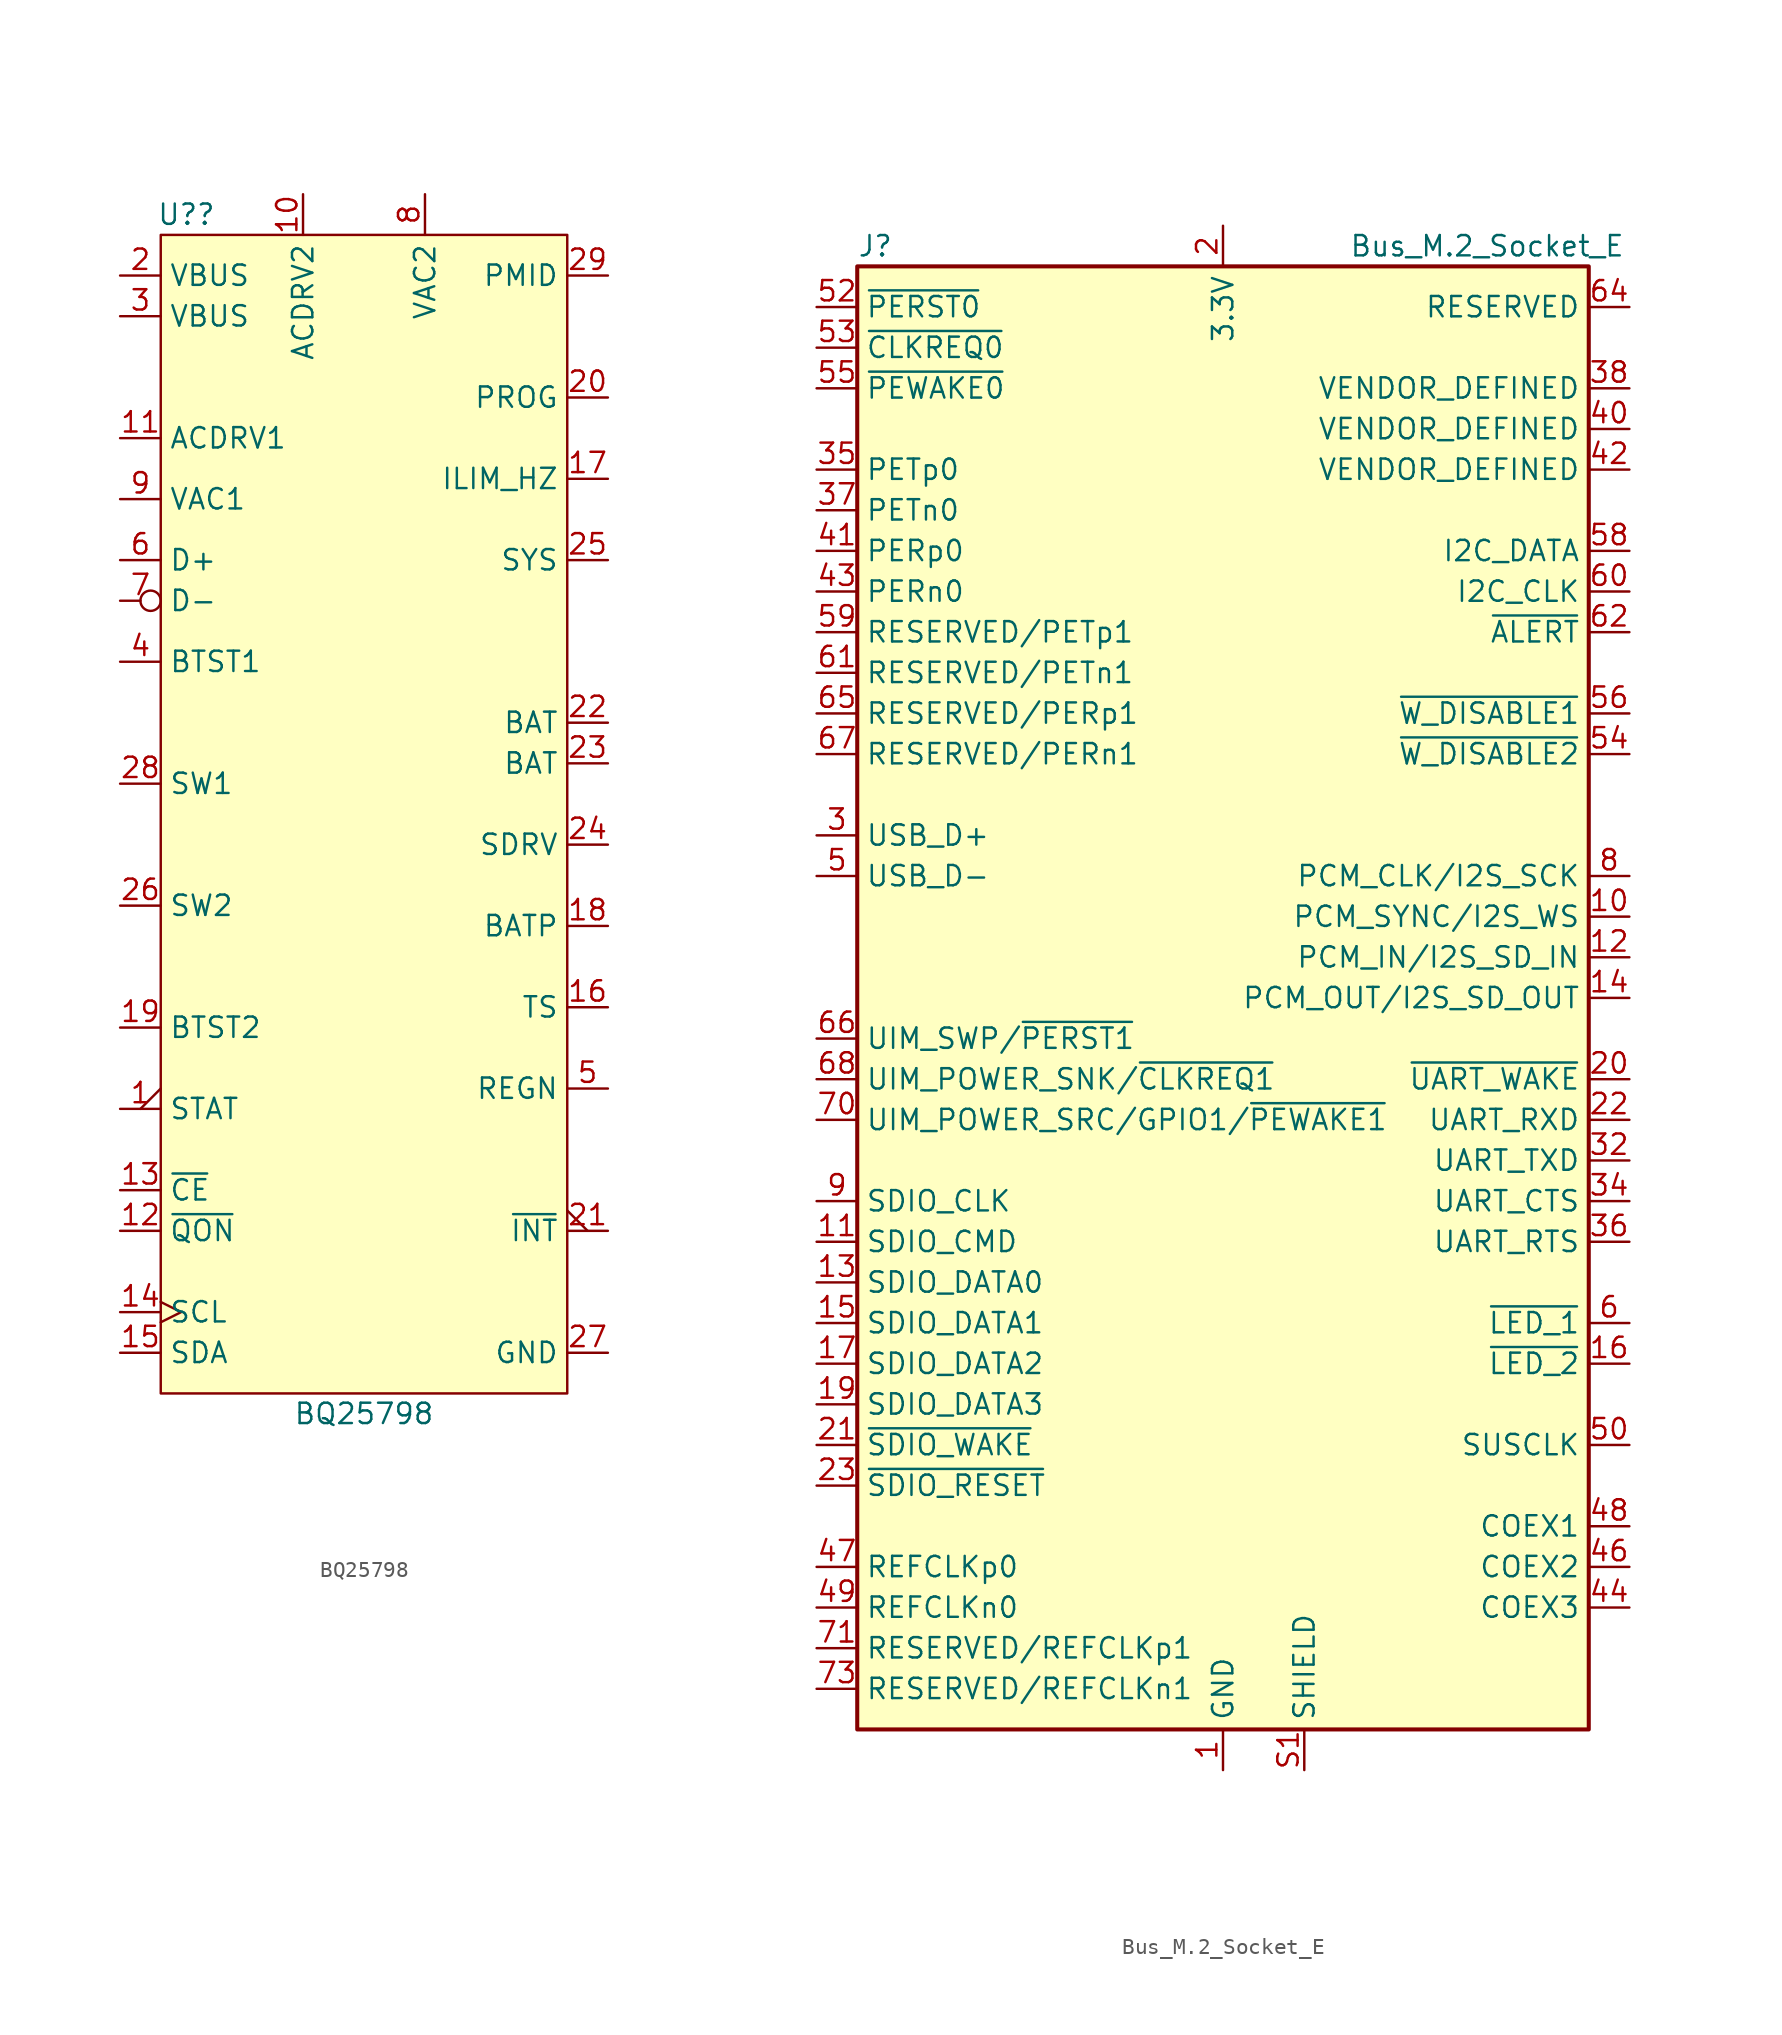
<source format=kicad_sym>
(kicad_symbol_lib
  (version 20241209)
  (generator "kicad_symbol_editor")
  (generator_version "9.0")
  (symbol "BQ25798"
    (property "Reference" "U?"
      (at -12.954 35.56 0)
      (do_not_autoplace)
      (effects (font (size 1.27 1.27)) (justify left)))
    (property "Value" "BQ25798"
      (at 0 -39.37 0)
      (effects (font (size 1.27 1.27))))
    (symbol "BQ25798_0_0"
      (pin power_in line (at -15.24 31.75 0) (length 2.54) (name "VBUS" (effects (font (size 1.27 1.27)))) (number "2" (effects (font (size 1.27 1.27)))))
      (pin power_in line (at -15.24 17.78 0) (length 2.54) (name "VAC1" (effects (font (size 1.27 1.27)))) (number "9" (effects (font (size 1.27 1.27)))))
      (pin bidirectional line (at -15.24 13.97 0) (length 2.54) (name "D+" (effects (font (size 1.27 1.27)))) (number "6" (effects (font (size 1.27 1.27)))))
      (pin bidirectional inverted (at -15.24 11.43 0) (length 2.54) (name "D-" (effects (font (size 1.27 1.27)))) (number "7" (effects (font (size 1.27 1.27)))))
      (pin passive line (at -15.24 0 0) (length 2.54) (name "SW1" (effects (font (size 1.27 1.27)))) (number "28" (effects (font (size 1.27 1.27)))))
      (pin passive line (at -15.24 -7.62 0) (length 2.54) (name "SW2" (effects (font (size 1.27 1.27)))) (number "26" (effects (font (size 1.27 1.27)))))
      (pin power_out line (at -15.24 -15.24 0) (length 2.54) (name "BTST2" (effects (font (size 1.27 1.27)))) (number "19" (effects (font (size 1.27 1.27)))))
      (pin open_emitter output_low (at -15.24 -20.32 0) (length 2.54) (name "STAT" (effects (font (size 1.27 1.27)))) (number "1" (effects (font (size 1.27 1.27)))))
      (pin input line (at -15.24 -25.4 0) (length 2.54) (name "~{CE}" (effects (font (size 1.27 1.27)))) (number "13" (effects (font (size 1.27 1.27)))))
      (pin input line (at -15.24 -27.94 0) (length 2.54) (name "~{QON}" (effects (font (size 1.27 1.27)))) (number "12" (effects (font (size 1.27 1.27)))))
      (pin input clock (at -15.24 -33.02 0) (length 2.54) (name "SCL" (effects (font (size 1.27 1.27)))) (number "14" (effects (font (size 1.27 1.27)))))
      (pin bidirectional line (at -15.24 -35.56 0) (length 2.54) (name "SDA" (effects (font (size 1.27 1.27)))) (number "15" (effects (font (size 1.27 1.27)))))
      (pin power_in line (at 3.81 36.83 270) (length 2.54) (name "VAC2" (effects (font (size 1.27 1.27)))) (number "8" (effects (font (size 1.27 1.27)))))
      (pin open_collector line (at 15.24 31.75 180) (length 2.54) (name "PMID" (effects (font (size 1.27 1.27)))) (number "29" (effects (font (size 1.27 1.27)))))
      (pin passive line (at 15.24 24.13 180) (length 2.54) (name "PROG" (effects (font (size 1.27 1.27)))) (number "20" (effects (font (size 1.27 1.27)))))
      (pin passive line (at 15.24 19.05 180) (length 2.54) (name "ILIM_HZ" (effects (font (size 1.27 1.27)))) (number "17" (effects (font (size 1.27 1.27)))))
      (pin power_out line (at 15.24 3.81 180) (length 2.54) (name "BAT" (effects (font (size 1.27 1.27)))) (number "22" (effects (font (size 1.27 1.27)))))
      (pin power_out line (at 15.24 -3.81 180) (length 2.54) (name "SDRV" (effects (font (size 1.27 1.27)))) (number "24" (effects (font (size 1.27 1.27)))))
      (pin input line (at 15.24 -8.89 180) (length 2.54) (name "BATP" (effects (font (size 1.27 1.27)))) (number "18" (effects (font (size 1.27 1.27)))))
      (pin input line (at 15.24 -13.97 180) (length 2.54) (name "TS" (effects (font (size 1.27 1.27)))) (number "16" (effects (font (size 1.27 1.27)))))
      (pin power_out line (at 15.24 -19.05 180) (length 2.54) (name "REGN" (effects (font (size 1.27 1.27)))) (number "5" (effects (font (size 1.27 1.27)))))
      (pin output output_low (at 15.24 -27.94 180) (length 2.54) (name "~{INT}" (effects (font (size 1.27 1.27)))) (number "21" (effects (font (size 1.27 1.27))))))
    (symbol "BQ25798_1_0"
      (pin power_in line (at -15.24 29.21 0) (length 2.54) (name "VBUS" (effects (font (size 1.27 1.27)))) (number "3" (effects (font (size 1.27 1.27)))))
      (pin power_out line (at -15.24 21.59 0) (length 2.54) (name "ACDRV1" (effects (font (size 1.27 1.27)))) (number "11" (effects (font (size 1.27 1.27)))))
      (pin power_out line (at -15.24 7.62 0) (length 2.54) (name "BTST1" (effects (font (size 1.27 1.27)))) (number "4" (effects (font (size 1.27 1.27)))))
      (pin passive line (at -3.81 36.83 270) (length 2.54) (name "ACDRV2" (effects (font (size 1.27 1.27)))) (number "10" (effects (font (size 1.27 1.27)))))
      (pin power_out line (at 15.24 13.97 180) (length 2.54) (name "SYS" (effects (font (size 1.27 1.27)))) (number "25" (effects (font (size 1.27 1.27)))))
      (pin passive line (at 15.24 1.27 180) (length 2.54) (name "BAT" (effects (font (size 1.27 1.27)))) (number "23" (effects (font (size 1.27 1.27)))))
      (pin power_in line (at 15.24 -35.56 180) (length 2.54) (name "GND" (effects (font (size 1.27 1.27)))) (number "27" (effects (font (size 1.27 1.27))))))
    (symbol "BQ25798_1_1"
      (rectangle (start -12.7 34.29) (end 12.7 -38.1) (stroke (width 0) (type default)) (fill (type background)))))
  (symbol "Bus_M.2_Socket_E"
    (property "Reference" "J"
      (at -22.86 46.99 0)
      (effects (font (size 1.27 1.27)) (justify left)))
    (property "Value" "Bus_M.2_Socket_E"
      (at 16.51 46.99 0)
      (effects (font (size 1.27 1.27))))
    (symbol "Bus_M.2_Socket_E_0_1"
      (rectangle (start -22.86 45.72) (end 22.86 -45.72) (stroke (width 0.254) (type default)) (fill (type background))))
    (symbol "Bus_M.2_Socket_E_1_1"
      (pin output line (at -25.4 43.18 0) (length 2.54) (name "~{PERST0}" (effects (font (size 1.27 1.27)))) (number "52" (effects (font (size 1.27 1.27)))))
      (pin bidirectional line (at -25.4 40.64 0) (length 2.54) (name "~{CLKREQ0}" (effects (font (size 1.27 1.27)))) (number "53" (effects (font (size 1.27 1.27)))))
      (pin bidirectional line (at -25.4 38.1 0) (length 2.54) (name "~{PEWAKE0}" (effects (font (size 1.27 1.27)))) (number "55" (effects (font (size 1.27 1.27)))))
      (pin output line (at -25.4 33.02 0) (length 2.54) (name "PETp0" (effects (font (size 1.27 1.27)))) (number "35" (effects (font (size 1.27 1.27)))))
      (pin output line (at -25.4 30.48 0) (length 2.54) (name "PETn0" (effects (font (size 1.27 1.27)))) (number "37" (effects (font (size 1.27 1.27)))))
      (pin input line (at -25.4 27.94 0) (length 2.54) (name "PERp0" (effects (font (size 1.27 1.27)))) (number "41" (effects (font (size 1.27 1.27)))))
      (pin input line (at -25.4 25.4 0) (length 2.54) (name "PERn0" (effects (font (size 1.27 1.27)))) (number "43" (effects (font (size 1.27 1.27)))))
      (pin output line (at -25.4 22.86 0) (length 2.54) (name "RESERVED/PETp1" (effects (font (size 1.27 1.27)))) (number "59" (effects (font (size 1.27 1.27)))))
      (pin output line (at -25.4 20.32 0) (length 2.54) (name "RESERVED/PETn1" (effects (font (size 1.27 1.27)))) (number "61" (effects (font (size 1.27 1.27)))))
      (pin input line (at -25.4 17.78 0) (length 2.54) (name "RESERVED/PERp1" (effects (font (size 1.27 1.27)))) (number "65" (effects (font (size 1.27 1.27)))))
      (pin input line (at -25.4 15.24 0) (length 2.54) (name "RESERVED/PERn1" (effects (font (size 1.27 1.27)))) (number "67" (effects (font (size 1.27 1.27)))))
      (pin bidirectional line (at -25.4 10.16 0) (length 2.54) (name "USB_D+" (effects (font (size 1.27 1.27)))) (number "3" (effects (font (size 1.27 1.27)))))
      (pin bidirectional line (at -25.4 7.62 0) (length 2.54) (name "USB_D-" (effects (font (size 1.27 1.27)))) (number "5" (effects (font (size 1.27 1.27)))))
      (pin output line (at -25.4 -2.54 0) (length 2.54) (name "UIM_SWP/~{PERST1}" (effects (font (size 1.27 1.27)))) (number "66" (effects (font (size 1.27 1.27)))))
      (pin bidirectional line (at -25.4 -5.08 0) (length 2.54) (name "UIM_POWER_SNK/~{CLKREQ1}" (effects (font (size 1.27 1.27)))) (number "68" (effects (font (size 1.27 1.27)))))
      (pin bidirectional line (at -25.4 -7.62 0) (length 2.54) (name "UIM_POWER_SRC/GPIO1/~{PEWAKE1}" (effects (font (size 1.27 1.27)))) (number "70" (effects (font (size 1.27 1.27)))))
      (pin output line (at -25.4 -12.7 0) (length 2.54) (name "SDIO_CLK" (effects (font (size 1.27 1.27)))) (number "9" (effects (font (size 1.27 1.27)))))
      (pin bidirectional line (at -25.4 -15.24 0) (length 2.54) (name "SDIO_CMD" (effects (font (size 1.27 1.27)))) (number "11" (effects (font (size 1.27 1.27)))))
      (pin bidirectional line (at -25.4 -17.78 0) (length 2.54) (name "SDIO_DATA0" (effects (font (size 1.27 1.27)))) (number "13" (effects (font (size 1.27 1.27)))))
      (pin bidirectional line (at -25.4 -20.32 0) (length 2.54) (name "SDIO_DATA1" (effects (font (size 1.27 1.27)))) (number "15" (effects (font (size 1.27 1.27)))))
      (pin bidirectional line (at -25.4 -22.86 0) (length 2.54) (name "SDIO_DATA2" (effects (font (size 1.27 1.27)))) (number "17" (effects (font (size 1.27 1.27)))))
      (pin bidirectional line (at -25.4 -25.4 0) (length 2.54) (name "SDIO_DATA3" (effects (font (size 1.27 1.27)))) (number "19" (effects (font (size 1.27 1.27)))))
      (pin input line (at -25.4 -27.94 0) (length 2.54) (name "~{SDIO_WAKE}" (effects (font (size 1.27 1.27)))) (number "21" (effects (font (size 1.27 1.27)))))
      (pin output line (at -25.4 -30.48 0) (length 2.54) (name "~{SDIO_RESET}" (effects (font (size 1.27 1.27)))) (number "23" (effects (font (size 1.27 1.27)))))
      (pin output line (at -25.4 -35.56 0) (length 2.54) (name "REFCLKp0" (effects (font (size 1.27 1.27)))) (number "47" (effects (font (size 1.27 1.27)))))
      (pin output line (at -25.4 -38.1 0) (length 2.54) (name "REFCLKn0" (effects (font (size 1.27 1.27)))) (number "49" (effects (font (size 1.27 1.27)))))
      (pin output line (at -25.4 -40.64 0) (length 2.54) (name "RESERVED/REFCLKp1" (effects (font (size 1.27 1.27)))) (number "71" (effects (font (size 1.27 1.27)))))
      (pin output line (at -25.4 -43.18 0) (length 2.54) (name "RESERVED/REFCLKn1" (effects (font (size 1.27 1.27)))) (number "73" (effects (font (size 1.27 1.27)))))
      (pin power_in line (at 0 48.26 270) (length 2.54) (name "3.3V" (effects (font (size 1.27 1.27)))) (number "2" (effects (font (size 1.27 1.27)))))
      (pin passive line (at 0 48.26 270) (length 2.54) (hide yes) (name "3.3V" (effects (font (size 1.27 1.27)))) (number "4" (effects (font (size 1.27 1.27)))))
      (pin passive line (at 0 48.26 270) (length 2.54) (hide yes) (name "3.3V" (effects (font (size 1.27 1.27)))) (number "72" (effects (font (size 1.27 1.27)))))
      (pin passive line (at 0 48.26 270) (length 2.54) (hide yes) (name "3.3V" (effects (font (size 1.27 1.27)))) (number "74" (effects (font (size 1.27 1.27)))))
      (pin power_in line (at 0 -48.26 90) (length 2.54) (name "GND" (effects (font (size 1.27 1.27)))) (number "1" (effects (font (size 1.27 1.27)))))
      (pin passive line (at 0 -48.26 90) (length 2.54) (hide yes) (name "GND" (effects (font (size 1.27 1.27)))) (number "18" (effects (font (size 1.27 1.27)))))
      (pin passive line (at 0 -48.26 90) (length 2.54) (hide yes) (name "GND" (effects (font (size 1.27 1.27)))) (number "33" (effects (font (size 1.27 1.27)))))
      (pin passive line (at 0 -48.26 90) (length 2.54) (hide yes) (name "GND" (effects (font (size 1.27 1.27)))) (number "39" (effects (font (size 1.27 1.27)))))
      (pin passive line (at 0 -48.26 90) (length 2.54) (hide yes) (name "GND" (effects (font (size 1.27 1.27)))) (number "45" (effects (font (size 1.27 1.27)))))
      (pin passive line (at 0 -48.26 90) (length 2.54) (hide yes) (name "GND" (effects (font (size 1.27 1.27)))) (number "51" (effects (font (size 1.27 1.27)))))
      (pin passive line (at 0 -48.26 90) (length 2.54) (hide yes) (name "GND" (effects (font (size 1.27 1.27)))) (number "57" (effects (font (size 1.27 1.27)))))
      (pin passive line (at 0 -48.26 90) (length 2.54) (hide yes) (name "GND" (effects (font (size 1.27 1.27)))) (number "63" (effects (font (size 1.27 1.27)))))
      (pin passive line (at 0 -48.26 90) (length 2.54) (hide yes) (name "GND" (effects (font (size 1.27 1.27)))) (number "69" (effects (font (size 1.27 1.27)))))
      (pin passive line (at 0 -48.26 90) (length 2.54) (hide yes) (name "GND" (effects (font (size 1.27 1.27)))) (number "7" (effects (font (size 1.27 1.27)))))
      (pin passive line (at 0 -48.26 90) (length 2.54) (hide yes) (name "GND" (effects (font (size 1.27 1.27)))) (number "75" (effects (font (size 1.27 1.27)))))
      (pin passive line (at 5.08 -48.26 90) (length 2.54) (name "SHIELD" (effects (font (size 1.27 1.27)))) (number "S1" (effects (font (size 1.27 1.27)))))
      (pin passive line (at 5.08 -48.26 90) (length 2.54) (hide yes) (name "SHIELD" (effects (font (size 1.27 1.27)))) (number "S2" (effects (font (size 1.27 1.27)))))
      (pin passive line (at 25.4 43.18 180) (length 2.54) (name "RESERVED" (effects (font (size 1.27 1.27)))) (number "64" (effects (font (size 1.27 1.27)))))
      (pin passive line (at 25.4 38.1 180) (length 2.54) (name "VENDOR_DEFINED" (effects (font (size 1.27 1.27)))) (number "38" (effects (font (size 1.27 1.27)))))
      (pin passive line (at 25.4 35.56 180) (length 2.54) (name "VENDOR_DEFINED" (effects (font (size 1.27 1.27)))) (number "40" (effects (font (size 1.27 1.27)))))
      (pin passive line (at 25.4 33.02 180) (length 2.54) (name "VENDOR_DEFINED" (effects (font (size 1.27 1.27)))) (number "42" (effects (font (size 1.27 1.27)))))
      (pin bidirectional line (at 25.4 27.94 180) (length 2.54) (name "I2C_DATA" (effects (font (size 1.27 1.27)))) (number "58" (effects (font (size 1.27 1.27)))))
      (pin output line (at 25.4 25.4 180) (length 2.54) (name "I2C_CLK" (effects (font (size 1.27 1.27)))) (number "60" (effects (font (size 1.27 1.27)))))
      (pin input line (at 25.4 22.86 180) (length 2.54) (name "~{ALERT}" (effects (font (size 1.27 1.27)))) (number "62" (effects (font (size 1.27 1.27)))))
      (pin output line (at 25.4 17.78 180) (length 2.54) (name "~{W_DISABLE1}" (effects (font (size 1.27 1.27)))) (number "56" (effects (font (size 1.27 1.27)))))
      (pin output line (at 25.4 15.24 180) (length 2.54) (name "~{W_DISABLE2}" (effects (font (size 1.27 1.27)))) (number "54" (effects (font (size 1.27 1.27)))))
      (pin bidirectional line (at 25.4 7.62 180) (length 2.54) (name "PCM_CLK/I2S_SCK" (effects (font (size 1.27 1.27)))) (number "8" (effects (font (size 1.27 1.27)))))
      (pin bidirectional line (at 25.4 5.08 180) (length 2.54) (name "PCM_SYNC/I2S_WS" (effects (font (size 1.27 1.27)))) (number "10" (effects (font (size 1.27 1.27)))))
      (pin input line (at 25.4 2.54 180) (length 2.54) (name "PCM_IN/I2S_SD_IN" (effects (font (size 1.27 1.27)))) (number "12" (effects (font (size 1.27 1.27)))))
      (pin output line (at 25.4 0 180) (length 2.54) (name "PCM_OUT/I2S_SD_OUT" (effects (font (size 1.27 1.27)))) (number "14" (effects (font (size 1.27 1.27)))))
      (pin input line (at 25.4 -5.08 180) (length 2.54) (name "~{UART_WAKE}" (effects (font (size 1.27 1.27)))) (number "20" (effects (font (size 1.27 1.27)))))
      (pin input line (at 25.4 -7.62 180) (length 2.54) (name "UART_RXD" (effects (font (size 1.27 1.27)))) (number "22" (effects (font (size 1.27 1.27)))))
      (pin output line (at 25.4 -10.16 180) (length 2.54) (name "UART_TXD" (effects (font (size 1.27 1.27)))) (number "32" (effects (font (size 1.27 1.27)))))
      (pin input line (at 25.4 -12.7 180) (length 2.54) (name "UART_CTS" (effects (font (size 1.27 1.27)))) (number "34" (effects (font (size 1.27 1.27)))))
      (pin output line (at 25.4 -15.24 180) (length 2.54) (name "UART_RTS" (effects (font (size 1.27 1.27)))) (number "36" (effects (font (size 1.27 1.27)))))
      (pin open_collector line (at 25.4 -20.32 180) (length 2.54) (name "~{LED_1}" (effects (font (size 1.27 1.27)))) (number "6" (effects (font (size 1.27 1.27)))))
      (pin open_collector line (at 25.4 -22.86 180) (length 2.54) (name "~{LED_2}" (effects (font (size 1.27 1.27)))) (number "16" (effects (font (size 1.27 1.27)))))
      (pin output line (at 25.4 -27.94 180) (length 2.54) (name "SUSCLK" (effects (font (size 1.27 1.27)))) (number "50" (effects (font (size 1.27 1.27)))))
      (pin bidirectional line (at 25.4 -33.02 180) (length 2.54) (name "COEX1" (effects (font (size 1.27 1.27)))) (number "48" (effects (font (size 1.27 1.27)))))
      (pin bidirectional line (at 25.4 -35.56 180) (length 2.54) (name "COEX2" (effects (font (size 1.27 1.27)))) (number "46" (effects (font (size 1.27 1.27)))))
      (pin bidirectional line (at 25.4 -38.1 180) (length 2.54) (name "COEX3" (effects (font (size 1.27 1.27)))) (number "44" (effects (font (size 1.27 1.27))))))))
</source>
